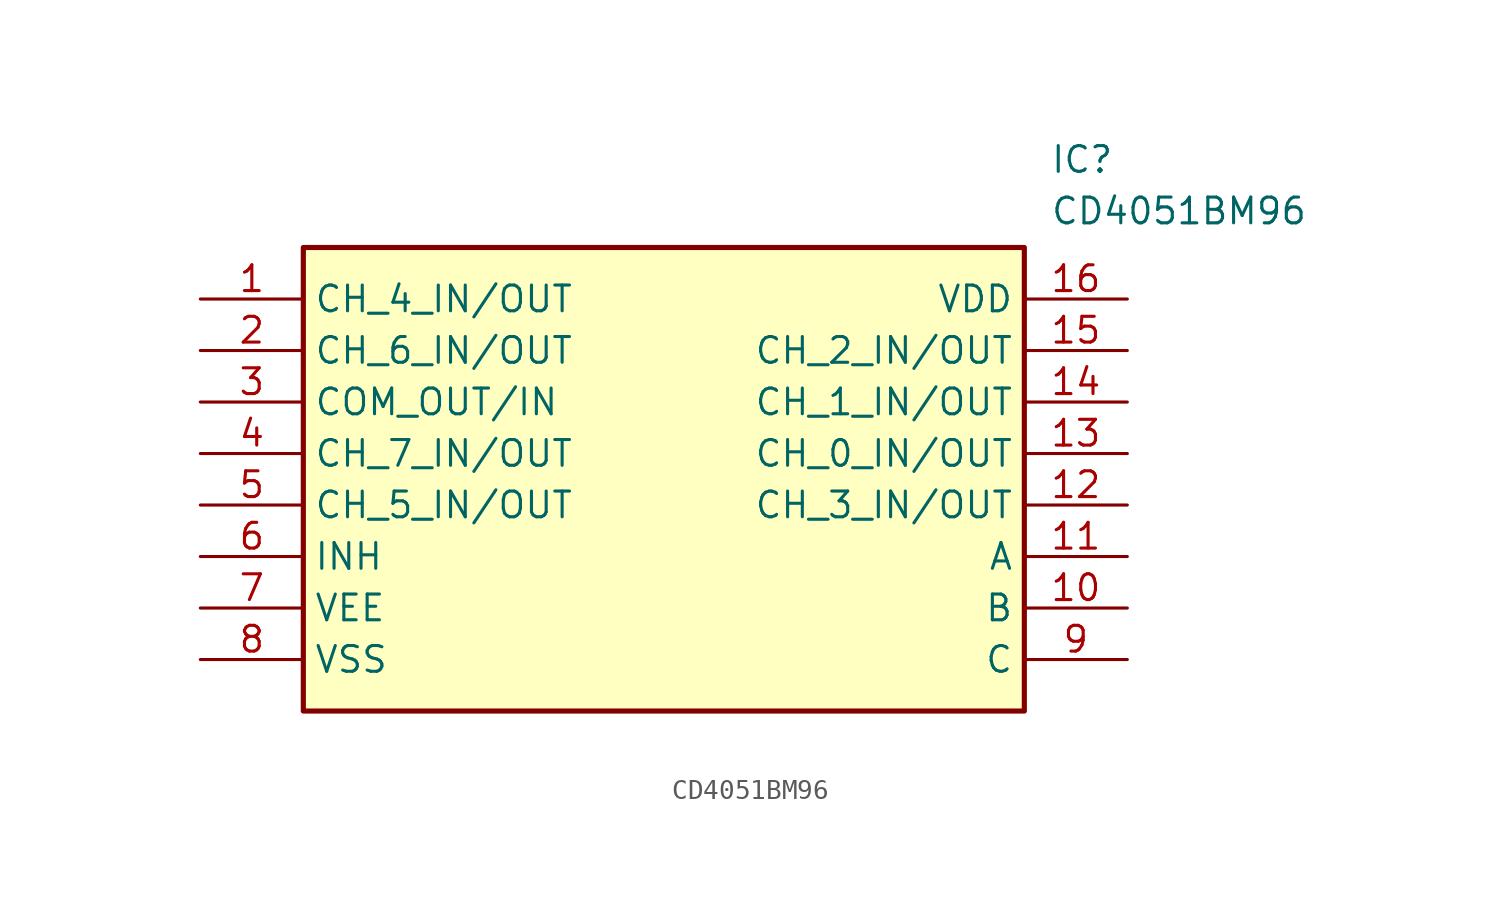
<source format=kicad_sym>
(kicad_symbol_lib
  (version 20211014)
  (generator SamacSys_ECAD_Model)
  (symbol "CD4051BM96"
    (property "Reference" "IC"
      (at 41.91 7.62 0)
      (effects (font (size 1.27 1.27)) (justify left top)))
    (property "Value" "CD4051BM96"
      (at 41.91 5.08 0)
      (effects (font (size 1.27 1.27)) (justify left top)))
    (rectangle
      (start 5.08 2.54)
      (end 40.64 -20.32)
      (stroke (width 0.254) (type default))
      (fill (type background)))
    (pin passive line
      (at 0 0 0)
      (length 5.08)
      (name "CH_4_IN/OUT" (effects (font (size 1.27 1.27))))
      (number "1" (effects (font (size 1.27 1.27)))))
    (pin passive line
      (at 0 -2.54 0)
      (length 5.08)
      (name "CH_6_IN/OUT" (effects (font (size 1.27 1.27))))
      (number "2" (effects (font (size 1.27 1.27)))))
    (pin passive line
      (at 0 -5.08 0)
      (length 5.08)
      (name "COM_OUT/IN" (effects (font (size 1.27 1.27))))
      (number "3" (effects (font (size 1.27 1.27)))))
    (pin passive line
      (at 0 -7.62 0)
      (length 5.08)
      (name "CH_7_IN/OUT" (effects (font (size 1.27 1.27))))
      (number "4" (effects (font (size 1.27 1.27)))))
    (pin passive line
      (at 0 -10.16 0)
      (length 5.08)
      (name "CH_5_IN/OUT" (effects (font (size 1.27 1.27))))
      (number "5" (effects (font (size 1.27 1.27)))))
    (pin passive line
      (at 0 -12.7 0)
      (length 5.08)
      (name "INH" (effects (font (size 1.27 1.27))))
      (number "6" (effects (font (size 1.27 1.27)))))
    (pin passive line
      (at 0 -15.24 0)
      (length 5.08)
      (name "VEE" (effects (font (size 1.27 1.27))))
      (number "7" (effects (font (size 1.27 1.27)))))
    (pin passive line
      (at 0 -17.78 0)
      (length 5.08)
      (name "VSS" (effects (font (size 1.27 1.27))))
      (number "8" (effects (font (size 1.27 1.27)))))
    (pin passive line
      (at 45.72 0 180)
      (length 5.08)
      (name "VDD" (effects (font (size 1.27 1.27))))
      (number "16" (effects (font (size 1.27 1.27)))))
    (pin passive line
      (at 45.72 -2.54 180)
      (length 5.08)
      (name "CH_2_IN/OUT" (effects (font (size 1.27 1.27))))
      (number "15" (effects (font (size 1.27 1.27)))))
    (pin passive line
      (at 45.72 -5.08 180)
      (length 5.08)
      (name "CH_1_IN/OUT" (effects (font (size 1.27 1.27))))
      (number "14" (effects (font (size 1.27 1.27)))))
    (pin passive line
      (at 45.72 -7.62 180)
      (length 5.08)
      (name "CH_0_IN/OUT" (effects (font (size 1.27 1.27))))
      (number "13" (effects (font (size 1.27 1.27)))))
    (pin passive line
      (at 45.72 -10.16 180)
      (length 5.08)
      (name "CH_3_IN/OUT" (effects (font (size 1.27 1.27))))
      (number "12" (effects (font (size 1.27 1.27)))))
    (pin passive line
      (at 45.72 -12.7 180)
      (length 5.08)
      (name "A" (effects (font (size 1.27 1.27))))
      (number "11" (effects (font (size 1.27 1.27)))))
    (pin passive line
      (at 45.72 -15.24 180)
      (length 5.08)
      (name "B" (effects (font (size 1.27 1.27))))
      (number "10" (effects (font (size 1.27 1.27)))))
    (pin passive line
      (at 45.72 -17.78 180)
      (length 5.08)
      (name "C" (effects (font (size 1.27 1.27))))
      (number "9" (effects (font (size 1.27 1.27)))))))
</source>
